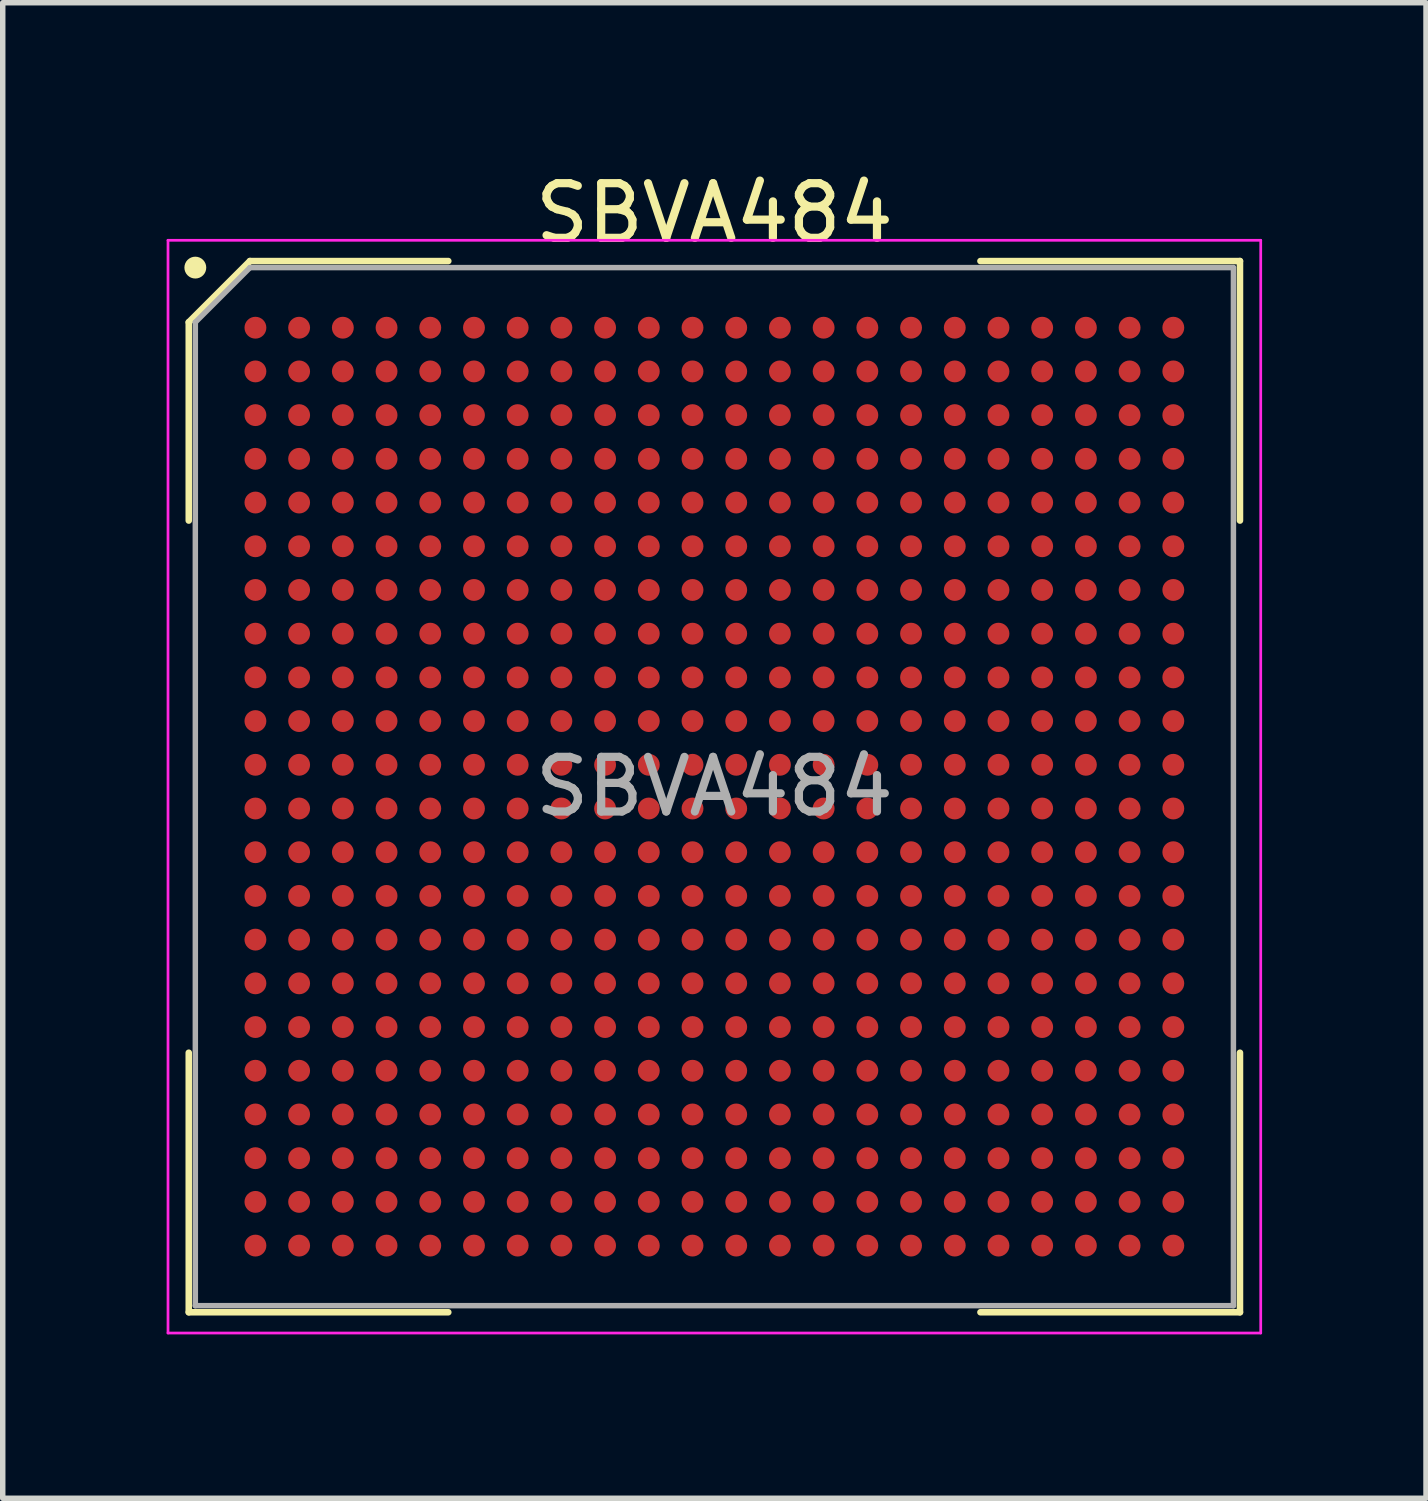
<source format=kicad_pcb>
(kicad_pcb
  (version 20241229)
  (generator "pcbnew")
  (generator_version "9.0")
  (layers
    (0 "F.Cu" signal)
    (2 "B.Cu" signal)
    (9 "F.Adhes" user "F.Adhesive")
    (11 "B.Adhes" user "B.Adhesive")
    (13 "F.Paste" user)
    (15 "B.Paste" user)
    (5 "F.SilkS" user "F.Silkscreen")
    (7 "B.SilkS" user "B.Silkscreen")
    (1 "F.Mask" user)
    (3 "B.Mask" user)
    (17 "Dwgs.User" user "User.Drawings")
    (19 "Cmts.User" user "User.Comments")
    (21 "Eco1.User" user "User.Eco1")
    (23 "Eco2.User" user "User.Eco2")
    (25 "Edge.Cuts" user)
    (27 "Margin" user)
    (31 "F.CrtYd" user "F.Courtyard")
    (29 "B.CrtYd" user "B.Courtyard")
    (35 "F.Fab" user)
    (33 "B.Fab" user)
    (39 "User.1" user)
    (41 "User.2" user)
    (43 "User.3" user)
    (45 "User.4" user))
  (footprint "SBVA484"
    (layer "F.Cu")
    (at 10.025 11.348)
    (property "Reference" "SBVA484" (at 0 -10.5 0) (layer "F.SilkS") (effects (font (size 1 1) (thickness 0.15))))
    (attr smd)
    (fp_line (start -9.62 -8.5) (end -9.62 -4.87) (stroke (width 0.12) (type default)) (layer "F.SilkS"))
    (fp_line (start -9.62 9.62) (end -9.62 4.87) (stroke (width 0.12) (type default)) (layer "F.SilkS"))
    (fp_line (start -8.5 -9.62) (end -9.62 -8.5) (stroke (width 0.12) (type default)) (layer "F.SilkS"))
    (fp_line (start -4.87 -9.62) (end -8.5 -9.62) (stroke (width 0.12) (type default)) (layer "F.SilkS"))
    (fp_line (start -4.87 9.62) (end -9.62 9.62) (stroke (width 0.12) (type default)) (layer "F.SilkS"))
    (fp_line (start 4.87 -9.62) (end 9.62 -9.62) (stroke (width 0.12) (type default)) (layer "F.SilkS"))
    (fp_line (start 4.87 9.62) (end 9.62 9.62) (stroke (width 0.12) (type default)) (layer "F.SilkS"))
    (fp_line (start 9.62 -9.62) (end 9.62 -4.87) (stroke (width 0.12) (type default)) (layer "F.SilkS"))
    (fp_line (start 9.62 9.62) (end 9.62 4.87) (stroke (width 0.12) (type default)) (layer "F.SilkS"))
    (fp_circle (center -9.5 -9.5) (end -9.5 -9.4) (stroke (width 0.2) (type default)) (fill no) (layer "F.SilkS"))
    (fp_line (start -10 -10) (end 10 -10) (stroke (width 0.05) (type default)) (layer "F.CrtYd"))
    (fp_line (start -10 10) (end -10 -10) (stroke (width 0.05) (type default)) (layer "F.CrtYd"))
    (fp_line (start 10 -10) (end 10 10) (stroke (width 0.05) (type default)) (layer "F.CrtYd"))
    (fp_line (start 10 10) (end -10 10) (stroke (width 0.05) (type default)) (layer "F.CrtYd"))
    (fp_line (start -9.5 -8.5) (end -9.5 9.5) (stroke (width 0.1) (type default)) (layer "F.Fab"))
    (fp_line (start -9.5 9.5) (end 9.5 9.5) (stroke (width 0.1) (type default)) (layer "F.Fab"))
    (fp_line (start -8.5 -9.5) (end -9.5 -8.5) (stroke (width 0.1) (type default)) (layer "F.Fab"))
    (fp_line (start 9.5 -9.5) (end -8.5 -9.5) (stroke (width 0.1) (type default)) (layer "F.Fab"))
    (fp_line (start 9.5 9.5) (end 9.5 -9.5) (stroke (width 0.1) (type default)) (layer "F.Fab"))
    (fp_text user "${REFERENCE}" (at 0 0 0) (layer "F.Fab") (effects (font (size 1 1) (thickness 0.15))))
    (pad "A1" smd circle (at -8.4 -8.4) (size 0.4 0.4) (layers "F.Cu" "F.Mask" "F.Paste"))
    (pad "A2" smd circle (at -7.6 -8.4) (size 0.4 0.4) (layers "F.Cu" "F.Mask" "F.Paste"))
    (pad "A3" smd circle (at -6.8 -8.4) (size 0.4 0.4) (layers "F.Cu" "F.Mask" "F.Paste"))
    (pad "A4" smd circle (at -6 -8.4) (size 0.4 0.4) (layers "F.Cu" "F.Mask" "F.Paste"))
    (pad "A5" smd circle (at -5.2 -8.4) (size 0.4 0.4) (layers "F.Cu" "F.Mask" "F.Paste"))
    (pad "A6" smd circle (at -4.4 -8.4) (size 0.4 0.4) (layers "F.Cu" "F.Mask" "F.Paste"))
    (pad "A7" smd circle (at -3.6 -8.4) (size 0.4 0.4) (layers "F.Cu" "F.Mask" "F.Paste"))
    (pad "A8" smd circle (at -2.8 -8.4) (size 0.4 0.4) (layers "F.Cu" "F.Mask" "F.Paste"))
    (pad "A9" smd circle (at -2 -8.4) (size 0.4 0.4) (layers "F.Cu" "F.Mask" "F.Paste"))
    (pad "A10" smd circle (at -1.2 -8.4) (size 0.4 0.4) (layers "F.Cu" "F.Mask" "F.Paste"))
    (pad "A11" smd circle (at -0.4 -8.4) (size 0.4 0.4) (layers "F.Cu" "F.Mask" "F.Paste"))
    (pad "A12" smd circle (at 0.4 -8.4) (size 0.4 0.4) (layers "F.Cu" "F.Mask" "F.Paste"))
    (pad "A13" smd circle (at 1.2 -8.4) (size 0.4 0.4) (layers "F.Cu" "F.Mask" "F.Paste"))
    (pad "A14" smd circle (at 2 -8.4) (size 0.4 0.4) (layers "F.Cu" "F.Mask" "F.Paste"))
    (pad "A15" smd circle (at 2.8 -8.4) (size 0.4 0.4) (layers "F.Cu" "F.Mask" "F.Paste"))
    (pad "A16" smd circle (at 3.6 -8.4) (size 0.4 0.4) (layers "F.Cu" "F.Mask" "F.Paste"))
    (pad "A17" smd circle (at 4.4 -8.4) (size 0.4 0.4) (layers "F.Cu" "F.Mask" "F.Paste"))
    (pad "A18" smd circle (at 5.2 -8.4) (size 0.4 0.4) (layers "F.Cu" "F.Mask" "F.Paste"))
    (pad "A19" smd circle (at 6 -8.4) (size 0.4 0.4) (layers "F.Cu" "F.Mask" "F.Paste"))
    (pad "A20" smd circle (at 6.8 -8.4) (size 0.4 0.4) (layers "F.Cu" "F.Mask" "F.Paste"))
    (pad "A21" smd circle (at 7.6 -8.4) (size 0.4 0.4) (layers "F.Cu" "F.Mask" "F.Paste"))
    (pad "A22" smd circle (at 8.4 -8.4) (size 0.4 0.4) (layers "F.Cu" "F.Mask" "F.Paste"))
    (pad "AA1" smd circle (at -8.4 7.6) (size 0.4 0.4) (layers "F.Cu" "F.Mask" "F.Paste"))
    (pad "AA2" smd circle (at -7.6 7.6) (size 0.4 0.4) (layers "F.Cu" "F.Mask" "F.Paste"))
    (pad "AA3" smd circle (at -6.8 7.6) (size 0.4 0.4) (layers "F.Cu" "F.Mask" "F.Paste"))
    (pad "AA4" smd circle (at -6 7.6) (size 0.4 0.4) (layers "F.Cu" "F.Mask" "F.Paste"))
    (pad "AA5" smd circle (at -5.2 7.6) (size 0.4 0.4) (layers "F.Cu" "F.Mask" "F.Paste"))
    (pad "AA6" smd circle (at -4.4 7.6) (size 0.4 0.4) (layers "F.Cu" "F.Mask" "F.Paste"))
    (pad "AA7" smd circle (at -3.6 7.6) (size 0.4 0.4) (layers "F.Cu" "F.Mask" "F.Paste"))
    (pad "AA8" smd circle (at -2.8 7.6) (size 0.4 0.4) (layers "F.Cu" "F.Mask" "F.Paste"))
    (pad "AA9" smd circle (at -2 7.6) (size 0.4 0.4) (layers "F.Cu" "F.Mask" "F.Paste"))
    (pad "AA10" smd circle (at -1.2 7.6) (size 0.4 0.4) (layers "F.Cu" "F.Mask" "F.Paste"))
    (pad "AA11" smd circle (at -0.4 7.6) (size 0.4 0.4) (layers "F.Cu" "F.Mask" "F.Paste"))
    (pad "AA12" smd circle (at 0.4 7.6) (size 0.4 0.4) (layers "F.Cu" "F.Mask" "F.Paste"))
    (pad "AA13" smd circle (at 1.2 7.6) (size 0.4 0.4) (layers "F.Cu" "F.Mask" "F.Paste"))
    (pad "AA14" smd circle (at 2 7.6) (size 0.4 0.4) (layers "F.Cu" "F.Mask" "F.Paste"))
    (pad "AA15" smd circle (at 2.8 7.6) (size 0.4 0.4) (layers "F.Cu" "F.Mask" "F.Paste"))
    (pad "AA16" smd circle (at 3.6 7.6) (size 0.4 0.4) (layers "F.Cu" "F.Mask" "F.Paste"))
    (pad "AA17" smd circle (at 4.4 7.6) (size 0.4 0.4) (layers "F.Cu" "F.Mask" "F.Paste"))
    (pad "AA18" smd circle (at 5.2 7.6) (size 0.4 0.4) (layers "F.Cu" "F.Mask" "F.Paste"))
    (pad "AA19" smd circle (at 6 7.6) (size 0.4 0.4) (layers "F.Cu" "F.Mask" "F.Paste"))
    (pad "AA20" smd circle (at 6.8 7.6) (size 0.4 0.4) (layers "F.Cu" "F.Mask" "F.Paste"))
    (pad "AA21" smd circle (at 7.6 7.6) (size 0.4 0.4) (layers "F.Cu" "F.Mask" "F.Paste"))
    (pad "AA22" smd circle (at 8.4 7.6) (size 0.4 0.4) (layers "F.Cu" "F.Mask" "F.Paste"))
    (pad "AB1" smd circle (at -8.4 8.4) (size 0.4 0.4) (layers "F.Cu" "F.Mask" "F.Paste"))
    (pad "AB2" smd circle (at -7.6 8.4) (size 0.4 0.4) (layers "F.Cu" "F.Mask" "F.Paste"))
    (pad "AB3" smd circle (at -6.8 8.4) (size 0.4 0.4) (layers "F.Cu" "F.Mask" "F.Paste"))
    (pad "AB4" smd circle (at -6 8.4) (size 0.4 0.4) (layers "F.Cu" "F.Mask" "F.Paste"))
    (pad "AB5" smd circle (at -5.2 8.4) (size 0.4 0.4) (layers "F.Cu" "F.Mask" "F.Paste"))
    (pad "AB6" smd circle (at -4.4 8.4) (size 0.4 0.4) (layers "F.Cu" "F.Mask" "F.Paste"))
    (pad "AB7" smd circle (at -3.6 8.4) (size 0.4 0.4) (layers "F.Cu" "F.Mask" "F.Paste"))
    (pad "AB8" smd circle (at -2.8 8.4) (size 0.4 0.4) (layers "F.Cu" "F.Mask" "F.Paste"))
    (pad "AB9" smd circle (at -2 8.4) (size 0.4 0.4) (layers "F.Cu" "F.Mask" "F.Paste"))
    (pad "AB10" smd circle (at -1.2 8.4) (size 0.4 0.4) (layers "F.Cu" "F.Mask" "F.Paste"))
    (pad "AB11" smd circle (at -0.4 8.4) (size 0.4 0.4) (layers "F.Cu" "F.Mask" "F.Paste"))
    (pad "AB12" smd circle (at 0.4 8.4) (size 0.4 0.4) (layers "F.Cu" "F.Mask" "F.Paste"))
    (pad "AB13" smd circle (at 1.2 8.4) (size 0.4 0.4) (layers "F.Cu" "F.Mask" "F.Paste"))
    (pad "AB14" smd circle (at 2 8.4) (size 0.4 0.4) (layers "F.Cu" "F.Mask" "F.Paste"))
    (pad "AB15" smd circle (at 2.8 8.4) (size 0.4 0.4) (layers "F.Cu" "F.Mask" "F.Paste"))
    (pad "AB16" smd circle (at 3.6 8.4) (size 0.4 0.4) (layers "F.Cu" "F.Mask" "F.Paste"))
    (pad "AB17" smd circle (at 4.4 8.4) (size 0.4 0.4) (layers "F.Cu" "F.Mask" "F.Paste"))
    (pad "AB18" smd circle (at 5.2 8.4) (size 0.4 0.4) (layers "F.Cu" "F.Mask" "F.Paste"))
    (pad "AB19" smd circle (at 6 8.4) (size 0.4 0.4) (layers "F.Cu" "F.Mask" "F.Paste"))
    (pad "AB20" smd circle (at 6.8 8.4) (size 0.4 0.4) (layers "F.Cu" "F.Mask" "F.Paste"))
    (pad "AB21" smd circle (at 7.6 8.4) (size 0.4 0.4) (layers "F.Cu" "F.Mask" "F.Paste"))
    (pad "AB22" smd circle (at 8.4 8.4) (size 0.4 0.4) (layers "F.Cu" "F.Mask" "F.Paste"))
    (pad "B1" smd circle (at -8.4 -7.6) (size 0.4 0.4) (layers "F.Cu" "F.Mask" "F.Paste"))
    (pad "B2" smd circle (at -7.6 -7.6) (size 0.4 0.4) (layers "F.Cu" "F.Mask" "F.Paste"))
    (pad "B3" smd circle (at -6.8 -7.6) (size 0.4 0.4) (layers "F.Cu" "F.Mask" "F.Paste"))
    (pad "B4" smd circle (at -6 -7.6) (size 0.4 0.4) (layers "F.Cu" "F.Mask" "F.Paste"))
    (pad "B5" smd circle (at -5.2 -7.6) (size 0.4 0.4) (layers "F.Cu" "F.Mask" "F.Paste"))
    (pad "B6" smd circle (at -4.4 -7.6) (size 0.4 0.4) (layers "F.Cu" "F.Mask" "F.Paste"))
    (pad "B7" smd circle (at -3.6 -7.6) (size 0.4 0.4) (layers "F.Cu" "F.Mask" "F.Paste"))
    (pad "B8" smd circle (at -2.8 -7.6) (size 0.4 0.4) (layers "F.Cu" "F.Mask" "F.Paste"))
    (pad "B9" smd circle (at -2 -7.6) (size 0.4 0.4) (layers "F.Cu" "F.Mask" "F.Paste"))
    (pad "B10" smd circle (at -1.2 -7.6) (size 0.4 0.4) (layers "F.Cu" "F.Mask" "F.Paste"))
    (pad "B11" smd circle (at -0.4 -7.6) (size 0.4 0.4) (layers "F.Cu" "F.Mask" "F.Paste"))
    (pad "B12" smd circle (at 0.4 -7.6) (size 0.4 0.4) (layers "F.Cu" "F.Mask" "F.Paste"))
    (pad "B13" smd circle (at 1.2 -7.6) (size 0.4 0.4) (layers "F.Cu" "F.Mask" "F.Paste"))
    (pad "B14" smd circle (at 2 -7.6) (size 0.4 0.4) (layers "F.Cu" "F.Mask" "F.Paste"))
    (pad "B15" smd circle (at 2.8 -7.6) (size 0.4 0.4) (layers "F.Cu" "F.Mask" "F.Paste"))
    (pad "B16" smd circle (at 3.6 -7.6) (size 0.4 0.4) (layers "F.Cu" "F.Mask" "F.Paste"))
    (pad "B17" smd circle (at 4.4 -7.6) (size 0.4 0.4) (layers "F.Cu" "F.Mask" "F.Paste"))
    (pad "B18" smd circle (at 5.2 -7.6) (size 0.4 0.4) (layers "F.Cu" "F.Mask" "F.Paste"))
    (pad "B19" smd circle (at 6 -7.6) (size 0.4 0.4) (layers "F.Cu" "F.Mask" "F.Paste"))
    (pad "B20" smd circle (at 6.8 -7.6) (size 0.4 0.4) (layers "F.Cu" "F.Mask" "F.Paste"))
    (pad "B21" smd circle (at 7.6 -7.6) (size 0.4 0.4) (layers "F.Cu" "F.Mask" "F.Paste"))
    (pad "B22" smd circle (at 8.4 -7.6) (size 0.4 0.4) (layers "F.Cu" "F.Mask" "F.Paste"))
    (pad "C1" smd circle (at -8.4 -6.8) (size 0.4 0.4) (layers "F.Cu" "F.Mask" "F.Paste"))
    (pad "C2" smd circle (at -7.6 -6.8) (size 0.4 0.4) (layers "F.Cu" "F.Mask" "F.Paste"))
    (pad "C3" smd circle (at -6.8 -6.8) (size 0.4 0.4) (layers "F.Cu" "F.Mask" "F.Paste"))
    (pad "C4" smd circle (at -6 -6.8) (size 0.4 0.4) (layers "F.Cu" "F.Mask" "F.Paste"))
    (pad "C5" smd circle (at -5.2 -6.8) (size 0.4 0.4) (layers "F.Cu" "F.Mask" "F.Paste"))
    (pad "C6" smd circle (at -4.4 -6.8) (size 0.4 0.4) (layers "F.Cu" "F.Mask" "F.Paste"))
    (pad "C7" smd circle (at -3.6 -6.8) (size 0.4 0.4) (layers "F.Cu" "F.Mask" "F.Paste"))
    (pad "C8" smd circle (at -2.8 -6.8) (size 0.4 0.4) (layers "F.Cu" "F.Mask" "F.Paste"))
    (pad "C9" smd circle (at -2 -6.8) (size 0.4 0.4) (layers "F.Cu" "F.Mask" "F.Paste"))
    (pad "C10" smd circle (at -1.2 -6.8) (size 0.4 0.4) (layers "F.Cu" "F.Mask" "F.Paste"))
    (pad "C11" smd circle (at -0.4 -6.8) (size 0.4 0.4) (layers "F.Cu" "F.Mask" "F.Paste"))
    (pad "C12" smd circle (at 0.4 -6.8) (size 0.4 0.4) (layers "F.Cu" "F.Mask" "F.Paste"))
    (pad "C13" smd circle (at 1.2 -6.8) (size 0.4 0.4) (layers "F.Cu" "F.Mask" "F.Paste"))
    (pad "C14" smd circle (at 2 -6.8) (size 0.4 0.4) (layers "F.Cu" "F.Mask" "F.Paste"))
    (pad "C15" smd circle (at 2.8 -6.8) (size 0.4 0.4) (layers "F.Cu" "F.Mask" "F.Paste"))
    (pad "C16" smd circle (at 3.6 -6.8) (size 0.4 0.4) (layers "F.Cu" "F.Mask" "F.Paste"))
    (pad "C17" smd circle (at 4.4 -6.8) (size 0.4 0.4) (layers "F.Cu" "F.Mask" "F.Paste"))
    (pad "C18" smd circle (at 5.2 -6.8) (size 0.4 0.4) (layers "F.Cu" "F.Mask" "F.Paste"))
    (pad "C19" smd circle (at 6 -6.8) (size 0.4 0.4) (layers "F.Cu" "F.Mask" "F.Paste"))
    (pad "C20" smd circle (at 6.8 -6.8) (size 0.4 0.4) (layers "F.Cu" "F.Mask" "F.Paste"))
    (pad "C21" smd circle (at 7.6 -6.8) (size 0.4 0.4) (layers "F.Cu" "F.Mask" "F.Paste"))
    (pad "C22" smd circle (at 8.4 -6.8) (size 0.4 0.4) (layers "F.Cu" "F.Mask" "F.Paste"))
    (pad "D1" smd circle (at -8.4 -6) (size 0.4 0.4) (layers "F.Cu" "F.Mask" "F.Paste"))
    (pad "D2" smd circle (at -7.6 -6) (size 0.4 0.4) (layers "F.Cu" "F.Mask" "F.Paste"))
    (pad "D3" smd circle (at -6.8 -6) (size 0.4 0.4) (layers "F.Cu" "F.Mask" "F.Paste"))
    (pad "D4" smd circle (at -6 -6) (size 0.4 0.4) (layers "F.Cu" "F.Mask" "F.Paste"))
    (pad "D5" smd circle (at -5.2 -6) (size 0.4 0.4) (layers "F.Cu" "F.Mask" "F.Paste"))
    (pad "D6" smd circle (at -4.4 -6) (size 0.4 0.4) (layers "F.Cu" "F.Mask" "F.Paste"))
    (pad "D7" smd circle (at -3.6 -6) (size 0.4 0.4) (layers "F.Cu" "F.Mask" "F.Paste"))
    (pad "D8" smd circle (at -2.8 -6) (size 0.4 0.4) (layers "F.Cu" "F.Mask" "F.Paste"))
    (pad "D9" smd circle (at -2 -6) (size 0.4 0.4) (layers "F.Cu" "F.Mask" "F.Paste"))
    (pad "D10" smd circle (at -1.2 -6) (size 0.4 0.4) (layers "F.Cu" "F.Mask" "F.Paste"))
    (pad "D11" smd circle (at -0.4 -6) (size 0.4 0.4) (layers "F.Cu" "F.Mask" "F.Paste"))
    (pad "D12" smd circle (at 0.4 -6) (size 0.4 0.4) (layers "F.Cu" "F.Mask" "F.Paste"))
    (pad "D13" smd circle (at 1.2 -6) (size 0.4 0.4) (layers "F.Cu" "F.Mask" "F.Paste"))
    (pad "D14" smd circle (at 2 -6) (size 0.4 0.4) (layers "F.Cu" "F.Mask" "F.Paste"))
    (pad "D15" smd circle (at 2.8 -6) (size 0.4 0.4) (layers "F.Cu" "F.Mask" "F.Paste"))
    (pad "D16" smd circle (at 3.6 -6) (size 0.4 0.4) (layers "F.Cu" "F.Mask" "F.Paste"))
    (pad "D17" smd circle (at 4.4 -6) (size 0.4 0.4) (layers "F.Cu" "F.Mask" "F.Paste"))
    (pad "D18" smd circle (at 5.2 -6) (size 0.4 0.4) (layers "F.Cu" "F.Mask" "F.Paste"))
    (pad "D19" smd circle (at 6 -6) (size 0.4 0.4) (layers "F.Cu" "F.Mask" "F.Paste"))
    (pad "D20" smd circle (at 6.8 -6) (size 0.4 0.4) (layers "F.Cu" "F.Mask" "F.Paste"))
    (pad "D21" smd circle (at 7.6 -6) (size 0.4 0.4) (layers "F.Cu" "F.Mask" "F.Paste"))
    (pad "D22" smd circle (at 8.4 -6) (size 0.4 0.4) (layers "F.Cu" "F.Mask" "F.Paste"))
    (pad "E1" smd circle (at -8.4 -5.2) (size 0.4 0.4) (layers "F.Cu" "F.Mask" "F.Paste"))
    (pad "E2" smd circle (at -7.6 -5.2) (size 0.4 0.4) (layers "F.Cu" "F.Mask" "F.Paste"))
    (pad "E3" smd circle (at -6.8 -5.2) (size 0.4 0.4) (layers "F.Cu" "F.Mask" "F.Paste"))
    (pad "E4" smd circle (at -6 -5.2) (size 0.4 0.4) (layers "F.Cu" "F.Mask" "F.Paste"))
    (pad "E5" smd circle (at -5.2 -5.2) (size 0.4 0.4) (layers "F.Cu" "F.Mask" "F.Paste"))
    (pad "E6" smd circle (at -4.4 -5.2) (size 0.4 0.4) (layers "F.Cu" "F.Mask" "F.Paste"))
    (pad "E7" smd circle (at -3.6 -5.2) (size 0.4 0.4) (layers "F.Cu" "F.Mask" "F.Paste"))
    (pad "E8" smd circle (at -2.8 -5.2) (size 0.4 0.4) (layers "F.Cu" "F.Mask" "F.Paste"))
    (pad "E9" smd circle (at -2 -5.2) (size 0.4 0.4) (layers "F.Cu" "F.Mask" "F.Paste"))
    (pad "E10" smd circle (at -1.2 -5.2) (size 0.4 0.4) (layers "F.Cu" "F.Mask" "F.Paste"))
    (pad "E11" smd circle (at -0.4 -5.2) (size 0.4 0.4) (layers "F.Cu" "F.Mask" "F.Paste"))
    (pad "E12" smd circle (at 0.4 -5.2) (size 0.4 0.4) (layers "F.Cu" "F.Mask" "F.Paste"))
    (pad "E13" smd circle (at 1.2 -5.2) (size 0.4 0.4) (layers "F.Cu" "F.Mask" "F.Paste"))
    (pad "E14" smd circle (at 2 -5.2) (size 0.4 0.4) (layers "F.Cu" "F.Mask" "F.Paste"))
    (pad "E15" smd circle (at 2.8 -5.2) (size 0.4 0.4) (layers "F.Cu" "F.Mask" "F.Paste"))
    (pad "E16" smd circle (at 3.6 -5.2) (size 0.4 0.4) (layers "F.Cu" "F.Mask" "F.Paste"))
    (pad "E17" smd circle (at 4.4 -5.2) (size 0.4 0.4) (layers "F.Cu" "F.Mask" "F.Paste"))
    (pad "E18" smd circle (at 5.2 -5.2) (size 0.4 0.4) (layers "F.Cu" "F.Mask" "F.Paste"))
    (pad "E19" smd circle (at 6 -5.2) (size 0.4 0.4) (layers "F.Cu" "F.Mask" "F.Paste"))
    (pad "E20" smd circle (at 6.8 -5.2) (size 0.4 0.4) (layers "F.Cu" "F.Mask" "F.Paste"))
    (pad "E21" smd circle (at 7.6 -5.2) (size 0.4 0.4) (layers "F.Cu" "F.Mask" "F.Paste"))
    (pad "E22" smd circle (at 8.4 -5.2) (size 0.4 0.4) (layers "F.Cu" "F.Mask" "F.Paste"))
    (pad "F1" smd circle (at -8.4 -4.4) (size 0.4 0.4) (layers "F.Cu" "F.Mask" "F.Paste"))
    (pad "F2" smd circle (at -7.6 -4.4) (size 0.4 0.4) (layers "F.Cu" "F.Mask" "F.Paste"))
    (pad "F3" smd circle (at -6.8 -4.4) (size 0.4 0.4) (layers "F.Cu" "F.Mask" "F.Paste"))
    (pad "F4" smd circle (at -6 -4.4) (size 0.4 0.4) (layers "F.Cu" "F.Mask" "F.Paste"))
    (pad "F5" smd circle (at -5.2 -4.4) (size 0.4 0.4) (layers "F.Cu" "F.Mask" "F.Paste"))
    (pad "F6" smd circle (at -4.4 -4.4) (size 0.4 0.4) (layers "F.Cu" "F.Mask" "F.Paste"))
    (pad "F7" smd circle (at -3.6 -4.4) (size 0.4 0.4) (layers "F.Cu" "F.Mask" "F.Paste"))
    (pad "F8" smd circle (at -2.8 -4.4) (size 0.4 0.4) (layers "F.Cu" "F.Mask" "F.Paste"))
    (pad "F9" smd circle (at -2 -4.4) (size 0.4 0.4) (layers "F.Cu" "F.Mask" "F.Paste"))
    (pad "F10" smd circle (at -1.2 -4.4) (size 0.4 0.4) (layers "F.Cu" "F.Mask" "F.Paste"))
    (pad "F11" smd circle (at -0.4 -4.4) (size 0.4 0.4) (layers "F.Cu" "F.Mask" "F.Paste"))
    (pad "F12" smd circle (at 0.4 -4.4) (size 0.4 0.4) (layers "F.Cu" "F.Mask" "F.Paste"))
    (pad "F13" smd circle (at 1.2 -4.4) (size 0.4 0.4) (layers "F.Cu" "F.Mask" "F.Paste"))
    (pad "F14" smd circle (at 2 -4.4) (size 0.4 0.4) (layers "F.Cu" "F.Mask" "F.Paste"))
    (pad "F15" smd circle (at 2.8 -4.4) (size 0.4 0.4) (layers "F.Cu" "F.Mask" "F.Paste"))
    (pad "F16" smd circle (at 3.6 -4.4) (size 0.4 0.4) (layers "F.Cu" "F.Mask" "F.Paste"))
    (pad "F17" smd circle (at 4.4 -4.4) (size 0.4 0.4) (layers "F.Cu" "F.Mask" "F.Paste"))
    (pad "F18" smd circle (at 5.2 -4.4) (size 0.4 0.4) (layers "F.Cu" "F.Mask" "F.Paste"))
    (pad "F19" smd circle (at 6 -4.4) (size 0.4 0.4) (layers "F.Cu" "F.Mask" "F.Paste"))
    (pad "F20" smd circle (at 6.8 -4.4) (size 0.4 0.4) (layers "F.Cu" "F.Mask" "F.Paste"))
    (pad "F21" smd circle (at 7.6 -4.4) (size 0.4 0.4) (layers "F.Cu" "F.Mask" "F.Paste"))
    (pad "F22" smd circle (at 8.4 -4.4) (size 0.4 0.4) (layers "F.Cu" "F.Mask" "F.Paste"))
    (pad "G1" smd circle (at -8.4 -3.6) (size 0.4 0.4) (layers "F.Cu" "F.Mask" "F.Paste"))
    (pad "G2" smd circle (at -7.6 -3.6) (size 0.4 0.4) (layers "F.Cu" "F.Mask" "F.Paste"))
    (pad "G3" smd circle (at -6.8 -3.6) (size 0.4 0.4) (layers "F.Cu" "F.Mask" "F.Paste"))
    (pad "G4" smd circle (at -6 -3.6) (size 0.4 0.4) (layers "F.Cu" "F.Mask" "F.Paste"))
    (pad "G5" smd circle (at -5.2 -3.6) (size 0.4 0.4) (layers "F.Cu" "F.Mask" "F.Paste"))
    (pad "G6" smd circle (at -4.4 -3.6) (size 0.4 0.4) (layers "F.Cu" "F.Mask" "F.Paste"))
    (pad "G7" smd circle (at -3.6 -3.6) (size 0.4 0.4) (layers "F.Cu" "F.Mask" "F.Paste"))
    (pad "G8" smd circle (at -2.8 -3.6) (size 0.4 0.4) (layers "F.Cu" "F.Mask" "F.Paste"))
    (pad "G9" smd circle (at -2 -3.6) (size 0.4 0.4) (layers "F.Cu" "F.Mask" "F.Paste"))
    (pad "G10" smd circle (at -1.2 -3.6) (size 0.4 0.4) (layers "F.Cu" "F.Mask" "F.Paste"))
    (pad "G11" smd circle (at -0.4 -3.6) (size 0.4 0.4) (layers "F.Cu" "F.Mask" "F.Paste"))
    (pad "G12" smd circle (at 0.4 -3.6) (size 0.4 0.4) (layers "F.Cu" "F.Mask" "F.Paste"))
    (pad "G13" smd circle (at 1.2 -3.6) (size 0.4 0.4) (layers "F.Cu" "F.Mask" "F.Paste"))
    (pad "G14" smd circle (at 2 -3.6) (size 0.4 0.4) (layers "F.Cu" "F.Mask" "F.Paste"))
    (pad "G15" smd circle (at 2.8 -3.6) (size 0.4 0.4) (layers "F.Cu" "F.Mask" "F.Paste"))
    (pad "G16" smd circle (at 3.6 -3.6) (size 0.4 0.4) (layers "F.Cu" "F.Mask" "F.Paste"))
    (pad "G17" smd circle (at 4.4 -3.6) (size 0.4 0.4) (layers "F.Cu" "F.Mask" "F.Paste"))
    (pad "G18" smd circle (at 5.2 -3.6) (size 0.4 0.4) (layers "F.Cu" "F.Mask" "F.Paste"))
    (pad "G19" smd circle (at 6 -3.6) (size 0.4 0.4) (layers "F.Cu" "F.Mask" "F.Paste"))
    (pad "G20" smd circle (at 6.8 -3.6) (size 0.4 0.4) (layers "F.Cu" "F.Mask" "F.Paste"))
    (pad "G21" smd circle (at 7.6 -3.6) (size 0.4 0.4) (layers "F.Cu" "F.Mask" "F.Paste"))
    (pad "G22" smd circle (at 8.4 -3.6) (size 0.4 0.4) (layers "F.Cu" "F.Mask" "F.Paste"))
    (pad "H1" smd circle (at -8.4 -2.8) (size 0.4 0.4) (layers "F.Cu" "F.Mask" "F.Paste"))
    (pad "H2" smd circle (at -7.6 -2.8) (size 0.4 0.4) (layers "F.Cu" "F.Mask" "F.Paste"))
    (pad "H3" smd circle (at -6.8 -2.8) (size 0.4 0.4) (layers "F.Cu" "F.Mask" "F.Paste"))
    (pad "H4" smd circle (at -6 -2.8) (size 0.4 0.4) (layers "F.Cu" "F.Mask" "F.Paste"))
    (pad "H5" smd circle (at -5.2 -2.8) (size 0.4 0.4) (layers "F.Cu" "F.Mask" "F.Paste"))
    (pad "H6" smd circle (at -4.4 -2.8) (size 0.4 0.4) (layers "F.Cu" "F.Mask" "F.Paste"))
    (pad "H7" smd circle (at -3.6 -2.8) (size 0.4 0.4) (layers "F.Cu" "F.Mask" "F.Paste"))
    (pad "H8" smd circle (at -2.8 -2.8) (size 0.4 0.4) (layers "F.Cu" "F.Mask" "F.Paste"))
    (pad "H9" smd circle (at -2 -2.8) (size 0.4 0.4) (layers "F.Cu" "F.Mask" "F.Paste"))
    (pad "H10" smd circle (at -1.2 -2.8) (size 0.4 0.4) (layers "F.Cu" "F.Mask" "F.Paste"))
    (pad "H11" smd circle (at -0.4 -2.8) (size 0.4 0.4) (layers "F.Cu" "F.Mask" "F.Paste"))
    (pad "H12" smd circle (at 0.4 -2.8) (size 0.4 0.4) (layers "F.Cu" "F.Mask" "F.Paste"))
    (pad "H13" smd circle (at 1.2 -2.8) (size 0.4 0.4) (layers "F.Cu" "F.Mask" "F.Paste"))
    (pad "H14" smd circle (at 2 -2.8) (size 0.4 0.4) (layers "F.Cu" "F.Mask" "F.Paste"))
    (pad "H15" smd circle (at 2.8 -2.8) (size 0.4 0.4) (layers "F.Cu" "F.Mask" "F.Paste"))
    (pad "H16" smd circle (at 3.6 -2.8) (size 0.4 0.4) (layers "F.Cu" "F.Mask" "F.Paste"))
    (pad "H17" smd circle (at 4.4 -2.8) (size 0.4 0.4) (layers "F.Cu" "F.Mask" "F.Paste"))
    (pad "H18" smd circle (at 5.2 -2.8) (size 0.4 0.4) (layers "F.Cu" "F.Mask" "F.Paste"))
    (pad "H19" smd circle (at 6 -2.8) (size 0.4 0.4) (layers "F.Cu" "F.Mask" "F.Paste"))
    (pad "H20" smd circle (at 6.8 -2.8) (size 0.4 0.4) (layers "F.Cu" "F.Mask" "F.Paste"))
    (pad "H21" smd circle (at 7.6 -2.8) (size 0.4 0.4) (layers "F.Cu" "F.Mask" "F.Paste"))
    (pad "H22" smd circle (at 8.4 -2.8) (size 0.4 0.4) (layers "F.Cu" "F.Mask" "F.Paste"))
    (pad "J1" smd circle (at -8.4 -2) (size 0.4 0.4) (layers "F.Cu" "F.Mask" "F.Paste"))
    (pad "J2" smd circle (at -7.6 -2) (size 0.4 0.4) (layers "F.Cu" "F.Mask" "F.Paste"))
    (pad "J3" smd circle (at -6.8 -2) (size 0.4 0.4) (layers "F.Cu" "F.Mask" "F.Paste"))
    (pad "J4" smd circle (at -6 -2) (size 0.4 0.4) (layers "F.Cu" "F.Mask" "F.Paste"))
    (pad "J5" smd circle (at -5.2 -2) (size 0.4 0.4) (layers "F.Cu" "F.Mask" "F.Paste"))
    (pad "J6" smd circle (at -4.4 -2) (size 0.4 0.4) (layers "F.Cu" "F.Mask" "F.Paste"))
    (pad "J7" smd circle (at -3.6 -2) (size 0.4 0.4) (layers "F.Cu" "F.Mask" "F.Paste"))
    (pad "J8" smd circle (at -2.8 -2) (size 0.4 0.4) (layers "F.Cu" "F.Mask" "F.Paste"))
    (pad "J9" smd circle (at -2 -2) (size 0.4 0.4) (layers "F.Cu" "F.Mask" "F.Paste"))
    (pad "J10" smd circle (at -1.2 -2) (size 0.4 0.4) (layers "F.Cu" "F.Mask" "F.Paste"))
    (pad "J11" smd circle (at -0.4 -2) (size 0.4 0.4) (layers "F.Cu" "F.Mask" "F.Paste"))
    (pad "J12" smd circle (at 0.4 -2) (size 0.4 0.4) (layers "F.Cu" "F.Mask" "F.Paste"))
    (pad "J13" smd circle (at 1.2 -2) (size 0.4 0.4) (layers "F.Cu" "F.Mask" "F.Paste"))
    (pad "J14" smd circle (at 2 -2) (size 0.4 0.4) (layers "F.Cu" "F.Mask" "F.Paste"))
    (pad "J15" smd circle (at 2.8 -2) (size 0.4 0.4) (layers "F.Cu" "F.Mask" "F.Paste"))
    (pad "J16" smd circle (at 3.6 -2) (size 0.4 0.4) (layers "F.Cu" "F.Mask" "F.Paste"))
    (pad "J17" smd circle (at 4.4 -2) (size 0.4 0.4) (layers "F.Cu" "F.Mask" "F.Paste"))
    (pad "J18" smd circle (at 5.2 -2) (size 0.4 0.4) (layers "F.Cu" "F.Mask" "F.Paste"))
    (pad "J19" smd circle (at 6 -2) (size 0.4 0.4) (layers "F.Cu" "F.Mask" "F.Paste"))
    (pad "J20" smd circle (at 6.8 -2) (size 0.4 0.4) (layers "F.Cu" "F.Mask" "F.Paste"))
    (pad "J21" smd circle (at 7.6 -2) (size 0.4 0.4) (layers "F.Cu" "F.Mask" "F.Paste"))
    (pad "J22" smd circle (at 8.4 -2) (size 0.4 0.4) (layers "F.Cu" "F.Mask" "F.Paste"))
    (pad "K1" smd circle (at -8.4 -1.2) (size 0.4 0.4) (layers "F.Cu" "F.Mask" "F.Paste"))
    (pad "K2" smd circle (at -7.6 -1.2) (size 0.4 0.4) (layers "F.Cu" "F.Mask" "F.Paste"))
    (pad "K3" smd circle (at -6.8 -1.2) (size 0.4 0.4) (layers "F.Cu" "F.Mask" "F.Paste"))
    (pad "K4" smd circle (at -6 -1.2) (size 0.4 0.4) (layers "F.Cu" "F.Mask" "F.Paste"))
    (pad "K5" smd circle (at -5.2 -1.2) (size 0.4 0.4) (layers "F.Cu" "F.Mask" "F.Paste"))
    (pad "K6" smd circle (at -4.4 -1.2) (size 0.4 0.4) (layers "F.Cu" "F.Mask" "F.Paste"))
    (pad "K7" smd circle (at -3.6 -1.2) (size 0.4 0.4) (layers "F.Cu" "F.Mask" "F.Paste"))
    (pad "K8" smd circle (at -2.8 -1.2) (size 0.4 0.4) (layers "F.Cu" "F.Mask" "F.Paste"))
    (pad "K9" smd circle (at -2 -1.2) (size 0.4 0.4) (layers "F.Cu" "F.Mask" "F.Paste"))
    (pad "K10" smd circle (at -1.2 -1.2) (size 0.4 0.4) (layers "F.Cu" "F.Mask" "F.Paste"))
    (pad "K11" smd circle (at -0.4 -1.2) (size 0.4 0.4) (layers "F.Cu" "F.Mask" "F.Paste"))
    (pad "K12" smd circle (at 0.4 -1.2) (size 0.4 0.4) (layers "F.Cu" "F.Mask" "F.Paste"))
    (pad "K13" smd circle (at 1.2 -1.2) (size 0.4 0.4) (layers "F.Cu" "F.Mask" "F.Paste"))
    (pad "K14" smd circle (at 2 -1.2) (size 0.4 0.4) (layers "F.Cu" "F.Mask" "F.Paste"))
    (pad "K15" smd circle (at 2.8 -1.2) (size 0.4 0.4) (layers "F.Cu" "F.Mask" "F.Paste"))
    (pad "K16" smd circle (at 3.6 -1.2) (size 0.4 0.4) (layers "F.Cu" "F.Mask" "F.Paste"))
    (pad "K17" smd circle (at 4.4 -1.2) (size 0.4 0.4) (layers "F.Cu" "F.Mask" "F.Paste"))
    (pad "K18" smd circle (at 5.2 -1.2) (size 0.4 0.4) (layers "F.Cu" "F.Mask" "F.Paste"))
    (pad "K19" smd circle (at 6 -1.2) (size 0.4 0.4) (layers "F.Cu" "F.Mask" "F.Paste"))
    (pad "K20" smd circle (at 6.8 -1.2) (size 0.4 0.4) (layers "F.Cu" "F.Mask" "F.Paste"))
    (pad "K21" smd circle (at 7.6 -1.2) (size 0.4 0.4) (layers "F.Cu" "F.Mask" "F.Paste"))
    (pad "K22" smd circle (at 8.4 -1.2) (size 0.4 0.4) (layers "F.Cu" "F.Mask" "F.Paste"))
    (pad "L1" smd circle (at -8.4 -0.4) (size 0.4 0.4) (layers "F.Cu" "F.Mask" "F.Paste"))
    (pad "L2" smd circle (at -7.6 -0.4) (size 0.4 0.4) (layers "F.Cu" "F.Mask" "F.Paste"))
    (pad "L3" smd circle (at -6.8 -0.4) (size 0.4 0.4) (layers "F.Cu" "F.Mask" "F.Paste"))
    (pad "L4" smd circle (at -6 -0.4) (size 0.4 0.4) (layers "F.Cu" "F.Mask" "F.Paste"))
    (pad "L5" smd circle (at -5.2 -0.4) (size 0.4 0.4) (layers "F.Cu" "F.Mask" "F.Paste"))
    (pad "L6" smd circle (at -4.4 -0.4) (size 0.4 0.4) (layers "F.Cu" "F.Mask" "F.Paste"))
    (pad "L7" smd circle (at -3.6 -0.4) (size 0.4 0.4) (layers "F.Cu" "F.Mask" "F.Paste"))
    (pad "L8" smd circle (at -2.8 -0.4) (size 0.4 0.4) (layers "F.Cu" "F.Mask" "F.Paste"))
    (pad "L9" smd circle (at -2 -0.4) (size 0.4 0.4) (layers "F.Cu" "F.Mask" "F.Paste"))
    (pad "L10" smd circle (at -1.2 -0.4) (size 0.4 0.4) (layers "F.Cu" "F.Mask" "F.Paste"))
    (pad "L11" smd circle (at -0.4 -0.4) (size 0.4 0.4) (layers "F.Cu" "F.Mask" "F.Paste"))
    (pad "L12" smd circle (at 0.4 -0.4) (size 0.4 0.4) (layers "F.Cu" "F.Mask" "F.Paste"))
    (pad "L13" smd circle (at 1.2 -0.4) (size 0.4 0.4) (layers "F.Cu" "F.Mask" "F.Paste"))
    (pad "L14" smd circle (at 2 -0.4) (size 0.4 0.4) (layers "F.Cu" "F.Mask" "F.Paste"))
    (pad "L15" smd circle (at 2.8 -0.4) (size 0.4 0.4) (layers "F.Cu" "F.Mask" "F.Paste"))
    (pad "L16" smd circle (at 3.6 -0.4) (size 0.4 0.4) (layers "F.Cu" "F.Mask" "F.Paste"))
    (pad "L17" smd circle (at 4.4 -0.4) (size 0.4 0.4) (layers "F.Cu" "F.Mask" "F.Paste"))
    (pad "L18" smd circle (at 5.2 -0.4) (size 0.4 0.4) (layers "F.Cu" "F.Mask" "F.Paste"))
    (pad "L19" smd circle (at 6 -0.4) (size 0.4 0.4) (layers "F.Cu" "F.Mask" "F.Paste"))
    (pad "L20" smd circle (at 6.8 -0.4) (size 0.4 0.4) (layers "F.Cu" "F.Mask" "F.Paste"))
    (pad "L21" smd circle (at 7.6 -0.4) (size 0.4 0.4) (layers "F.Cu" "F.Mask" "F.Paste"))
    (pad "L22" smd circle (at 8.4 -0.4) (size 0.4 0.4) (layers "F.Cu" "F.Mask" "F.Paste"))
    (pad "M1" smd circle (at -8.4 0.4) (size 0.4 0.4) (layers "F.Cu" "F.Mask" "F.Paste"))
    (pad "M2" smd circle (at -7.6 0.4) (size 0.4 0.4) (layers "F.Cu" "F.Mask" "F.Paste"))
    (pad "M3" smd circle (at -6.8 0.4) (size 0.4 0.4) (layers "F.Cu" "F.Mask" "F.Paste"))
    (pad "M4" smd circle (at -6 0.4) (size 0.4 0.4) (layers "F.Cu" "F.Mask" "F.Paste"))
    (pad "M5" smd circle (at -5.2 0.4) (size 0.4 0.4) (layers "F.Cu" "F.Mask" "F.Paste"))
    (pad "M6" smd circle (at -4.4 0.4) (size 0.4 0.4) (layers "F.Cu" "F.Mask" "F.Paste"))
    (pad "M7" smd circle (at -3.6 0.4) (size 0.4 0.4) (layers "F.Cu" "F.Mask" "F.Paste"))
    (pad "M8" smd circle (at -2.8 0.4) (size 0.4 0.4) (layers "F.Cu" "F.Mask" "F.Paste"))
    (pad "M9" smd circle (at -2 0.4) (size 0.4 0.4) (layers "F.Cu" "F.Mask" "F.Paste"))
    (pad "M10" smd circle (at -1.2 0.4) (size 0.4 0.4) (layers "F.Cu" "F.Mask" "F.Paste"))
    (pad "M11" smd circle (at -0.4 0.4) (size 0.4 0.4) (layers "F.Cu" "F.Mask" "F.Paste"))
    (pad "M12" smd circle (at 0.4 0.4) (size 0.4 0.4) (layers "F.Cu" "F.Mask" "F.Paste"))
    (pad "M13" smd circle (at 1.2 0.4) (size 0.4 0.4) (layers "F.Cu" "F.Mask" "F.Paste"))
    (pad "M14" smd circle (at 2 0.4) (size 0.4 0.4) (layers "F.Cu" "F.Mask" "F.Paste"))
    (pad "M15" smd circle (at 2.8 0.4) (size 0.4 0.4) (layers "F.Cu" "F.Mask" "F.Paste"))
    (pad "M16" smd circle (at 3.6 0.4) (size 0.4 0.4) (layers "F.Cu" "F.Mask" "F.Paste"))
    (pad "M17" smd circle (at 4.4 0.4) (size 0.4 0.4) (layers "F.Cu" "F.Mask" "F.Paste"))
    (pad "M18" smd circle (at 5.2 0.4) (size 0.4 0.4) (layers "F.Cu" "F.Mask" "F.Paste"))
    (pad "M19" smd circle (at 6 0.4) (size 0.4 0.4) (layers "F.Cu" "F.Mask" "F.Paste"))
    (pad "M20" smd circle (at 6.8 0.4) (size 0.4 0.4) (layers "F.Cu" "F.Mask" "F.Paste"))
    (pad "M21" smd circle (at 7.6 0.4) (size 0.4 0.4) (layers "F.Cu" "F.Mask" "F.Paste"))
    (pad "M22" smd circle (at 8.4 0.4) (size 0.4 0.4) (layers "F.Cu" "F.Mask" "F.Paste"))
    (pad "N1" smd circle (at -8.4 1.2) (size 0.4 0.4) (layers "F.Cu" "F.Mask" "F.Paste"))
    (pad "N2" smd circle (at -7.6 1.2) (size 0.4 0.4) (layers "F.Cu" "F.Mask" "F.Paste"))
    (pad "N3" smd circle (at -6.8 1.2) (size 0.4 0.4) (layers "F.Cu" "F.Mask" "F.Paste"))
    (pad "N4" smd circle (at -6 1.2) (size 0.4 0.4) (layers "F.Cu" "F.Mask" "F.Paste"))
    (pad "N5" smd circle (at -5.2 1.2) (size 0.4 0.4) (layers "F.Cu" "F.Mask" "F.Paste"))
    (pad "N6" smd circle (at -4.4 1.2) (size 0.4 0.4) (layers "F.Cu" "F.Mask" "F.Paste"))
    (pad "N7" smd circle (at -3.6 1.2) (size 0.4 0.4) (layers "F.Cu" "F.Mask" "F.Paste"))
    (pad "N8" smd circle (at -2.8 1.2) (size 0.4 0.4) (layers "F.Cu" "F.Mask" "F.Paste"))
    (pad "N9" smd circle (at -2 1.2) (size 0.4 0.4) (layers "F.Cu" "F.Mask" "F.Paste"))
    (pad "N10" smd circle (at -1.2 1.2) (size 0.4 0.4) (layers "F.Cu" "F.Mask" "F.Paste"))
    (pad "N11" smd circle (at -0.4 1.2) (size 0.4 0.4) (layers "F.Cu" "F.Mask" "F.Paste"))
    (pad "N12" smd circle (at 0.4 1.2) (size 0.4 0.4) (layers "F.Cu" "F.Mask" "F.Paste"))
    (pad "N13" smd circle (at 1.2 1.2) (size 0.4 0.4) (layers "F.Cu" "F.Mask" "F.Paste"))
    (pad "N14" smd circle (at 2 1.2) (size 0.4 0.4) (layers "F.Cu" "F.Mask" "F.Paste"))
    (pad "N15" smd circle (at 2.8 1.2) (size 0.4 0.4) (layers "F.Cu" "F.Mask" "F.Paste"))
    (pad "N16" smd circle (at 3.6 1.2) (size 0.4 0.4) (layers "F.Cu" "F.Mask" "F.Paste"))
    (pad "N17" smd circle (at 4.4 1.2) (size 0.4 0.4) (layers "F.Cu" "F.Mask" "F.Paste"))
    (pad "N18" smd circle (at 5.2 1.2) (size 0.4 0.4) (layers "F.Cu" "F.Mask" "F.Paste"))
    (pad "N19" smd circle (at 6 1.2) (size 0.4 0.4) (layers "F.Cu" "F.Mask" "F.Paste"))
    (pad "N20" smd circle (at 6.8 1.2) (size 0.4 0.4) (layers "F.Cu" "F.Mask" "F.Paste"))
    (pad "N21" smd circle (at 7.6 1.2) (size 0.4 0.4) (layers "F.Cu" "F.Mask" "F.Paste"))
    (pad "N22" smd circle (at 8.4 1.2) (size 0.4 0.4) (layers "F.Cu" "F.Mask" "F.Paste"))
    (pad "P1" smd circle (at -8.4 2) (size 0.4 0.4) (layers "F.Cu" "F.Mask" "F.Paste"))
    (pad "P2" smd circle (at -7.6 2) (size 0.4 0.4) (layers "F.Cu" "F.Mask" "F.Paste"))
    (pad "P3" smd circle (at -6.8 2) (size 0.4 0.4) (layers "F.Cu" "F.Mask" "F.Paste"))
    (pad "P4" smd circle (at -6 2) (size 0.4 0.4) (layers "F.Cu" "F.Mask" "F.Paste"))
    (pad "P5" smd circle (at -5.2 2) (size 0.4 0.4) (layers "F.Cu" "F.Mask" "F.Paste"))
    (pad "P6" smd circle (at -4.4 2) (size 0.4 0.4) (layers "F.Cu" "F.Mask" "F.Paste"))
    (pad "P7" smd circle (at -3.6 2) (size 0.4 0.4) (layers "F.Cu" "F.Mask" "F.Paste"))
    (pad "P8" smd circle (at -2.8 2) (size 0.4 0.4) (layers "F.Cu" "F.Mask" "F.Paste"))
    (pad "P9" smd circle (at -2 2) (size 0.4 0.4) (layers "F.Cu" "F.Mask" "F.Paste"))
    (pad "P10" smd circle (at -1.2 2) (size 0.4 0.4) (layers "F.Cu" "F.Mask" "F.Paste"))
    (pad "P11" smd circle (at -0.4 2) (size 0.4 0.4) (layers "F.Cu" "F.Mask" "F.Paste"))
    (pad "P12" smd circle (at 0.4 2) (size 0.4 0.4) (layers "F.Cu" "F.Mask" "F.Paste"))
    (pad "P13" smd circle (at 1.2 2) (size 0.4 0.4) (layers "F.Cu" "F.Mask" "F.Paste"))
    (pad "P14" smd circle (at 2 2) (size 0.4 0.4) (layers "F.Cu" "F.Mask" "F.Paste"))
    (pad "P15" smd circle (at 2.8 2) (size 0.4 0.4) (layers "F.Cu" "F.Mask" "F.Paste"))
    (pad "P16" smd circle (at 3.6 2) (size 0.4 0.4) (layers "F.Cu" "F.Mask" "F.Paste"))
    (pad "P17" smd circle (at 4.4 2) (size 0.4 0.4) (layers "F.Cu" "F.Mask" "F.Paste"))
    (pad "P18" smd circle (at 5.2 2) (size 0.4 0.4) (layers "F.Cu" "F.Mask" "F.Paste"))
    (pad "P19" smd circle (at 6 2) (size 0.4 0.4) (layers "F.Cu" "F.Mask" "F.Paste"))
    (pad "P20" smd circle (at 6.8 2) (size 0.4 0.4) (layers "F.Cu" "F.Mask" "F.Paste"))
    (pad "P21" smd circle (at 7.6 2) (size 0.4 0.4) (layers "F.Cu" "F.Mask" "F.Paste"))
    (pad "P22" smd circle (at 8.4 2) (size 0.4 0.4) (layers "F.Cu" "F.Mask" "F.Paste"))
    (pad "R1" smd circle (at -8.4 2.8) (size 0.4 0.4) (layers "F.Cu" "F.Mask" "F.Paste"))
    (pad "R2" smd circle (at -7.6 2.8) (size 0.4 0.4) (layers "F.Cu" "F.Mask" "F.Paste"))
    (pad "R3" smd circle (at -6.8 2.8) (size 0.4 0.4) (layers "F.Cu" "F.Mask" "F.Paste"))
    (pad "R4" smd circle (at -6 2.8) (size 0.4 0.4) (layers "F.Cu" "F.Mask" "F.Paste"))
    (pad "R5" smd circle (at -5.2 2.8) (size 0.4 0.4) (layers "F.Cu" "F.Mask" "F.Paste"))
    (pad "R6" smd circle (at -4.4 2.8) (size 0.4 0.4) (layers "F.Cu" "F.Mask" "F.Paste"))
    (pad "R7" smd circle (at -3.6 2.8) (size 0.4 0.4) (layers "F.Cu" "F.Mask" "F.Paste"))
    (pad "R8" smd circle (at -2.8 2.8) (size 0.4 0.4) (layers "F.Cu" "F.Mask" "F.Paste"))
    (pad "R9" smd circle (at -2 2.8) (size 0.4 0.4) (layers "F.Cu" "F.Mask" "F.Paste"))
    (pad "R10" smd circle (at -1.2 2.8) (size 0.4 0.4) (layers "F.Cu" "F.Mask" "F.Paste"))
    (pad "R11" smd circle (at -0.4 2.8) (size 0.4 0.4) (layers "F.Cu" "F.Mask" "F.Paste"))
    (pad "R12" smd circle (at 0.4 2.8) (size 0.4 0.4) (layers "F.Cu" "F.Mask" "F.Paste"))
    (pad "R13" smd circle (at 1.2 2.8) (size 0.4 0.4) (layers "F.Cu" "F.Mask" "F.Paste"))
    (pad "R14" smd circle (at 2 2.8) (size 0.4 0.4) (layers "F.Cu" "F.Mask" "F.Paste"))
    (pad "R15" smd circle (at 2.8 2.8) (size 0.4 0.4) (layers "F.Cu" "F.Mask" "F.Paste"))
    (pad "R16" smd circle (at 3.6 2.8) (size 0.4 0.4) (layers "F.Cu" "F.Mask" "F.Paste"))
    (pad "R17" smd circle (at 4.4 2.8) (size 0.4 0.4) (layers "F.Cu" "F.Mask" "F.Paste"))
    (pad "R18" smd circle (at 5.2 2.8) (size 0.4 0.4) (layers "F.Cu" "F.Mask" "F.Paste"))
    (pad "R19" smd circle (at 6 2.8) (size 0.4 0.4) (layers "F.Cu" "F.Mask" "F.Paste"))
    (pad "R20" smd circle (at 6.8 2.8) (size 0.4 0.4) (layers "F.Cu" "F.Mask" "F.Paste"))
    (pad "R21" smd circle (at 7.6 2.8) (size 0.4 0.4) (layers "F.Cu" "F.Mask" "F.Paste"))
    (pad "R22" smd circle (at 8.4 2.8) (size 0.4 0.4) (layers "F.Cu" "F.Mask" "F.Paste"))
    (pad "T1" smd circle (at -8.4 3.6) (size 0.4 0.4) (layers "F.Cu" "F.Mask" "F.Paste"))
    (pad "T2" smd circle (at -7.6 3.6) (size 0.4 0.4) (layers "F.Cu" "F.Mask" "F.Paste"))
    (pad "T3" smd circle (at -6.8 3.6) (size 0.4 0.4) (layers "F.Cu" "F.Mask" "F.Paste"))
    (pad "T4" smd circle (at -6 3.6) (size 0.4 0.4) (layers "F.Cu" "F.Mask" "F.Paste"))
    (pad "T5" smd circle (at -5.2 3.6) (size 0.4 0.4) (layers "F.Cu" "F.Mask" "F.Paste"))
    (pad "T6" smd circle (at -4.4 3.6) (size 0.4 0.4) (layers "F.Cu" "F.Mask" "F.Paste"))
    (pad "T7" smd circle (at -3.6 3.6) (size 0.4 0.4) (layers "F.Cu" "F.Mask" "F.Paste"))
    (pad "T8" smd circle (at -2.8 3.6) (size 0.4 0.4) (layers "F.Cu" "F.Mask" "F.Paste"))
    (pad "T9" smd circle (at -2 3.6) (size 0.4 0.4) (layers "F.Cu" "F.Mask" "F.Paste"))
    (pad "T10" smd circle (at -1.2 3.6) (size 0.4 0.4) (layers "F.Cu" "F.Mask" "F.Paste"))
    (pad "T11" smd circle (at -0.4 3.6) (size 0.4 0.4) (layers "F.Cu" "F.Mask" "F.Paste"))
    (pad "T12" smd circle (at 0.4 3.6) (size 0.4 0.4) (layers "F.Cu" "F.Mask" "F.Paste"))
    (pad "T13" smd circle (at 1.2 3.6) (size 0.4 0.4) (layers "F.Cu" "F.Mask" "F.Paste"))
    (pad "T14" smd circle (at 2 3.6) (size 0.4 0.4) (layers "F.Cu" "F.Mask" "F.Paste"))
    (pad "T15" smd circle (at 2.8 3.6) (size 0.4 0.4) (layers "F.Cu" "F.Mask" "F.Paste"))
    (pad "T16" smd circle (at 3.6 3.6) (size 0.4 0.4) (layers "F.Cu" "F.Mask" "F.Paste"))
    (pad "T17" smd circle (at 4.4 3.6) (size 0.4 0.4) (layers "F.Cu" "F.Mask" "F.Paste"))
    (pad "T18" smd circle (at 5.2 3.6) (size 0.4 0.4) (layers "F.Cu" "F.Mask" "F.Paste"))
    (pad "T19" smd circle (at 6 3.6) (size 0.4 0.4) (layers "F.Cu" "F.Mask" "F.Paste"))
    (pad "T20" smd circle (at 6.8 3.6) (size 0.4 0.4) (layers "F.Cu" "F.Mask" "F.Paste"))
    (pad "T21" smd circle (at 7.6 3.6) (size 0.4 0.4) (layers "F.Cu" "F.Mask" "F.Paste"))
    (pad "T22" smd circle (at 8.4 3.6) (size 0.4 0.4) (layers "F.Cu" "F.Mask" "F.Paste"))
    (pad "U1" smd circle (at -8.4 4.4) (size 0.4 0.4) (layers "F.Cu" "F.Mask" "F.Paste"))
    (pad "U2" smd circle (at -7.6 4.4) (size 0.4 0.4) (layers "F.Cu" "F.Mask" "F.Paste"))
    (pad "U3" smd circle (at -6.8 4.4) (size 0.4 0.4) (layers "F.Cu" "F.Mask" "F.Paste"))
    (pad "U4" smd circle (at -6 4.4) (size 0.4 0.4) (layers "F.Cu" "F.Mask" "F.Paste"))
    (pad "U5" smd circle (at -5.2 4.4) (size 0.4 0.4) (layers "F.Cu" "F.Mask" "F.Paste"))
    (pad "U6" smd circle (at -4.4 4.4) (size 0.4 0.4) (layers "F.Cu" "F.Mask" "F.Paste"))
    (pad "U7" smd circle (at -3.6 4.4) (size 0.4 0.4) (layers "F.Cu" "F.Mask" "F.Paste"))
    (pad "U8" smd circle (at -2.8 4.4) (size 0.4 0.4) (layers "F.Cu" "F.Mask" "F.Paste"))
    (pad "U9" smd circle (at -2 4.4) (size 0.4 0.4) (layers "F.Cu" "F.Mask" "F.Paste"))
    (pad "U10" smd circle (at -1.2 4.4) (size 0.4 0.4) (layers "F.Cu" "F.Mask" "F.Paste"))
    (pad "U11" smd circle (at -0.4 4.4) (size 0.4 0.4) (layers "F.Cu" "F.Mask" "F.Paste"))
    (pad "U12" smd circle (at 0.4 4.4) (size 0.4 0.4) (layers "F.Cu" "F.Mask" "F.Paste"))
    (pad "U13" smd circle (at 1.2 4.4) (size 0.4 0.4) (layers "F.Cu" "F.Mask" "F.Paste"))
    (pad "U14" smd circle (at 2 4.4) (size 0.4 0.4) (layers "F.Cu" "F.Mask" "F.Paste"))
    (pad "U15" smd circle (at 2.8 4.4) (size 0.4 0.4) (layers "F.Cu" "F.Mask" "F.Paste"))
    (pad "U16" smd circle (at 3.6 4.4) (size 0.4 0.4) (layers "F.Cu" "F.Mask" "F.Paste"))
    (pad "U17" smd circle (at 4.4 4.4) (size 0.4 0.4) (layers "F.Cu" "F.Mask" "F.Paste"))
    (pad "U18" smd circle (at 5.2 4.4) (size 0.4 0.4) (layers "F.Cu" "F.Mask" "F.Paste"))
    (pad "U19" smd circle (at 6 4.4) (size 0.4 0.4) (layers "F.Cu" "F.Mask" "F.Paste"))
    (pad "U20" smd circle (at 6.8 4.4) (size 0.4 0.4) (layers "F.Cu" "F.Mask" "F.Paste"))
    (pad "U21" smd circle (at 7.6 4.4) (size 0.4 0.4) (layers "F.Cu" "F.Mask" "F.Paste"))
    (pad "U22" smd circle (at 8.4 4.4) (size 0.4 0.4) (layers "F.Cu" "F.Mask" "F.Paste"))
    (pad "V1" smd circle (at -8.4 5.2) (size 0.4 0.4) (layers "F.Cu" "F.Mask" "F.Paste"))
    (pad "V2" smd circle (at -7.6 5.2) (size 0.4 0.4) (layers "F.Cu" "F.Mask" "F.Paste"))
    (pad "V3" smd circle (at -6.8 5.2) (size 0.4 0.4) (layers "F.Cu" "F.Mask" "F.Paste"))
    (pad "V4" smd circle (at -6 5.2) (size 0.4 0.4) (layers "F.Cu" "F.Mask" "F.Paste"))
    (pad "V5" smd circle (at -5.2 5.2) (size 0.4 0.4) (layers "F.Cu" "F.Mask" "F.Paste"))
    (pad "V6" smd circle (at -4.4 5.2) (size 0.4 0.4) (layers "F.Cu" "F.Mask" "F.Paste"))
    (pad "V7" smd circle (at -3.6 5.2) (size 0.4 0.4) (layers "F.Cu" "F.Mask" "F.Paste"))
    (pad "V8" smd circle (at -2.8 5.2) (size 0.4 0.4) (layers "F.Cu" "F.Mask" "F.Paste"))
    (pad "V9" smd circle (at -2 5.2) (size 0.4 0.4) (layers "F.Cu" "F.Mask" "F.Paste"))
    (pad "V10" smd circle (at -1.2 5.2) (size 0.4 0.4) (layers "F.Cu" "F.Mask" "F.Paste"))
    (pad "V11" smd circle (at -0.4 5.2) (size 0.4 0.4) (layers "F.Cu" "F.Mask" "F.Paste"))
    (pad "V12" smd circle (at 0.4 5.2) (size 0.4 0.4) (layers "F.Cu" "F.Mask" "F.Paste"))
    (pad "V13" smd circle (at 1.2 5.2) (size 0.4 0.4) (layers "F.Cu" "F.Mask" "F.Paste"))
    (pad "V14" smd circle (at 2 5.2) (size 0.4 0.4) (layers "F.Cu" "F.Mask" "F.Paste"))
    (pad "V15" smd circle (at 2.8 5.2) (size 0.4 0.4) (layers "F.Cu" "F.Mask" "F.Paste"))
    (pad "V16" smd circle (at 3.6 5.2) (size 0.4 0.4) (layers "F.Cu" "F.Mask" "F.Paste"))
    (pad "V17" smd circle (at 4.4 5.2) (size 0.4 0.4) (layers "F.Cu" "F.Mask" "F.Paste"))
    (pad "V18" smd circle (at 5.2 5.2) (size 0.4 0.4) (layers "F.Cu" "F.Mask" "F.Paste"))
    (pad "V19" smd circle (at 6 5.2) (size 0.4 0.4) (layers "F.Cu" "F.Mask" "F.Paste"))
    (pad "V20" smd circle (at 6.8 5.2) (size 0.4 0.4) (layers "F.Cu" "F.Mask" "F.Paste"))
    (pad "V21" smd circle (at 7.6 5.2) (size 0.4 0.4) (layers "F.Cu" "F.Mask" "F.Paste"))
    (pad "V22" smd circle (at 8.4 5.2) (size 0.4 0.4) (layers "F.Cu" "F.Mask" "F.Paste"))
    (pad "W1" smd circle (at -8.4 6) (size 0.4 0.4) (layers "F.Cu" "F.Mask" "F.Paste"))
    (pad "W2" smd circle (at -7.6 6) (size 0.4 0.4) (layers "F.Cu" "F.Mask" "F.Paste"))
    (pad "W3" smd circle (at -6.8 6) (size 0.4 0.4) (layers "F.Cu" "F.Mask" "F.Paste"))
    (pad "W4" smd circle (at -6 6) (size 0.4 0.4) (layers "F.Cu" "F.Mask" "F.Paste"))
    (pad "W5" smd circle (at -5.2 6) (size 0.4 0.4) (layers "F.Cu" "F.Mask" "F.Paste"))
    (pad "W6" smd circle (at -4.4 6) (size 0.4 0.4) (layers "F.Cu" "F.Mask" "F.Paste"))
    (pad "W7" smd circle (at -3.6 6) (size 0.4 0.4) (layers "F.Cu" "F.Mask" "F.Paste"))
    (pad "W8" smd circle (at -2.8 6) (size 0.4 0.4) (layers "F.Cu" "F.Mask" "F.Paste"))
    (pad "W9" smd circle (at -2 6) (size 0.4 0.4) (layers "F.Cu" "F.Mask" "F.Paste"))
    (pad "W10" smd circle (at -1.2 6) (size 0.4 0.4) (layers "F.Cu" "F.Mask" "F.Paste"))
    (pad "W11" smd circle (at -0.4 6) (size 0.4 0.4) (layers "F.Cu" "F.Mask" "F.Paste"))
    (pad "W12" smd circle (at 0.4 6) (size 0.4 0.4) (layers "F.Cu" "F.Mask" "F.Paste"))
    (pad "W13" smd circle (at 1.2 6) (size 0.4 0.4) (layers "F.Cu" "F.Mask" "F.Paste"))
    (pad "W14" smd circle (at 2 6) (size 0.4 0.4) (layers "F.Cu" "F.Mask" "F.Paste"))
    (pad "W15" smd circle (at 2.8 6) (size 0.4 0.4) (layers "F.Cu" "F.Mask" "F.Paste"))
    (pad "W16" smd circle (at 3.6 6) (size 0.4 0.4) (layers "F.Cu" "F.Mask" "F.Paste"))
    (pad "W17" smd circle (at 4.4 6) (size 0.4 0.4) (layers "F.Cu" "F.Mask" "F.Paste"))
    (pad "W18" smd circle (at 5.2 6) (size 0.4 0.4) (layers "F.Cu" "F.Mask" "F.Paste"))
    (pad "W19" smd circle (at 6 6) (size 0.4 0.4) (layers "F.Cu" "F.Mask" "F.Paste"))
    (pad "W20" smd circle (at 6.8 6) (size 0.4 0.4) (layers "F.Cu" "F.Mask" "F.Paste"))
    (pad "W21" smd circle (at 7.6 6) (size 0.4 0.4) (layers "F.Cu" "F.Mask" "F.Paste"))
    (pad "W22" smd circle (at 8.4 6) (size 0.4 0.4) (layers "F.Cu" "F.Mask" "F.Paste"))
    (pad "Y1" smd circle (at -8.4 6.8) (size 0.4 0.4) (layers "F.Cu" "F.Mask" "F.Paste"))
    (pad "Y2" smd circle (at -7.6 6.8) (size 0.4 0.4) (layers "F.Cu" "F.Mask" "F.Paste"))
    (pad "Y3" smd circle (at -6.8 6.8) (size 0.4 0.4) (layers "F.Cu" "F.Mask" "F.Paste"))
    (pad "Y4" smd circle (at -6 6.8) (size 0.4 0.4) (layers "F.Cu" "F.Mask" "F.Paste"))
    (pad "Y5" smd circle (at -5.2 6.8) (size 0.4 0.4) (layers "F.Cu" "F.Mask" "F.Paste"))
    (pad "Y6" smd circle (at -4.4 6.8) (size 0.4 0.4) (layers "F.Cu" "F.Mask" "F.Paste"))
    (pad "Y7" smd circle (at -3.6 6.8) (size 0.4 0.4) (layers "F.Cu" "F.Mask" "F.Paste"))
    (pad "Y8" smd circle (at -2.8 6.8) (size 0.4 0.4) (layers "F.Cu" "F.Mask" "F.Paste"))
    (pad "Y9" smd circle (at -2 6.8) (size 0.4 0.4) (layers "F.Cu" "F.Mask" "F.Paste"))
    (pad "Y10" smd circle (at -1.2 6.8) (size 0.4 0.4) (layers "F.Cu" "F.Mask" "F.Paste"))
    (pad "Y11" smd circle (at -0.4 6.8) (size 0.4 0.4) (layers "F.Cu" "F.Mask" "F.Paste"))
    (pad "Y12" smd circle (at 0.4 6.8) (size 0.4 0.4) (layers "F.Cu" "F.Mask" "F.Paste"))
    (pad "Y13" smd circle (at 1.2 6.8) (size 0.4 0.4) (layers "F.Cu" "F.Mask" "F.Paste"))
    (pad "Y14" smd circle (at 2 6.8) (size 0.4 0.4) (layers "F.Cu" "F.Mask" "F.Paste"))
    (pad "Y15" smd circle (at 2.8 6.8) (size 0.4 0.4) (layers "F.Cu" "F.Mask" "F.Paste"))
    (pad "Y16" smd circle (at 3.6 6.8) (size 0.4 0.4) (layers "F.Cu" "F.Mask" "F.Paste"))
    (pad "Y17" smd circle (at 4.4 6.8) (size 0.4 0.4) (layers "F.Cu" "F.Mask" "F.Paste"))
    (pad "Y18" smd circle (at 5.2 6.8) (size 0.4 0.4) (layers "F.Cu" "F.Mask" "F.Paste"))
    (pad "Y19" smd circle (at 6 6.8) (size 0.4 0.4) (layers "F.Cu" "F.Mask" "F.Paste"))
    (pad "Y20" smd circle (at 6.8 6.8) (size 0.4 0.4) (layers "F.Cu" "F.Mask" "F.Paste"))
    (pad "Y21" smd circle (at 7.6 6.8) (size 0.4 0.4) (layers "F.Cu" "F.Mask" "F.Paste"))
    (pad "Y22" smd circle (at 8.4 6.8) (size 0.4 0.4) (layers "F.Cu" "F.Mask" "F.Paste")))
  (gr_rect
    (start -3 -3)
    (end 23.05 24.373)
    (stroke (width 0.1) (type default))
    (fill no)
    (layer "Edge.Cuts")))
</source>
